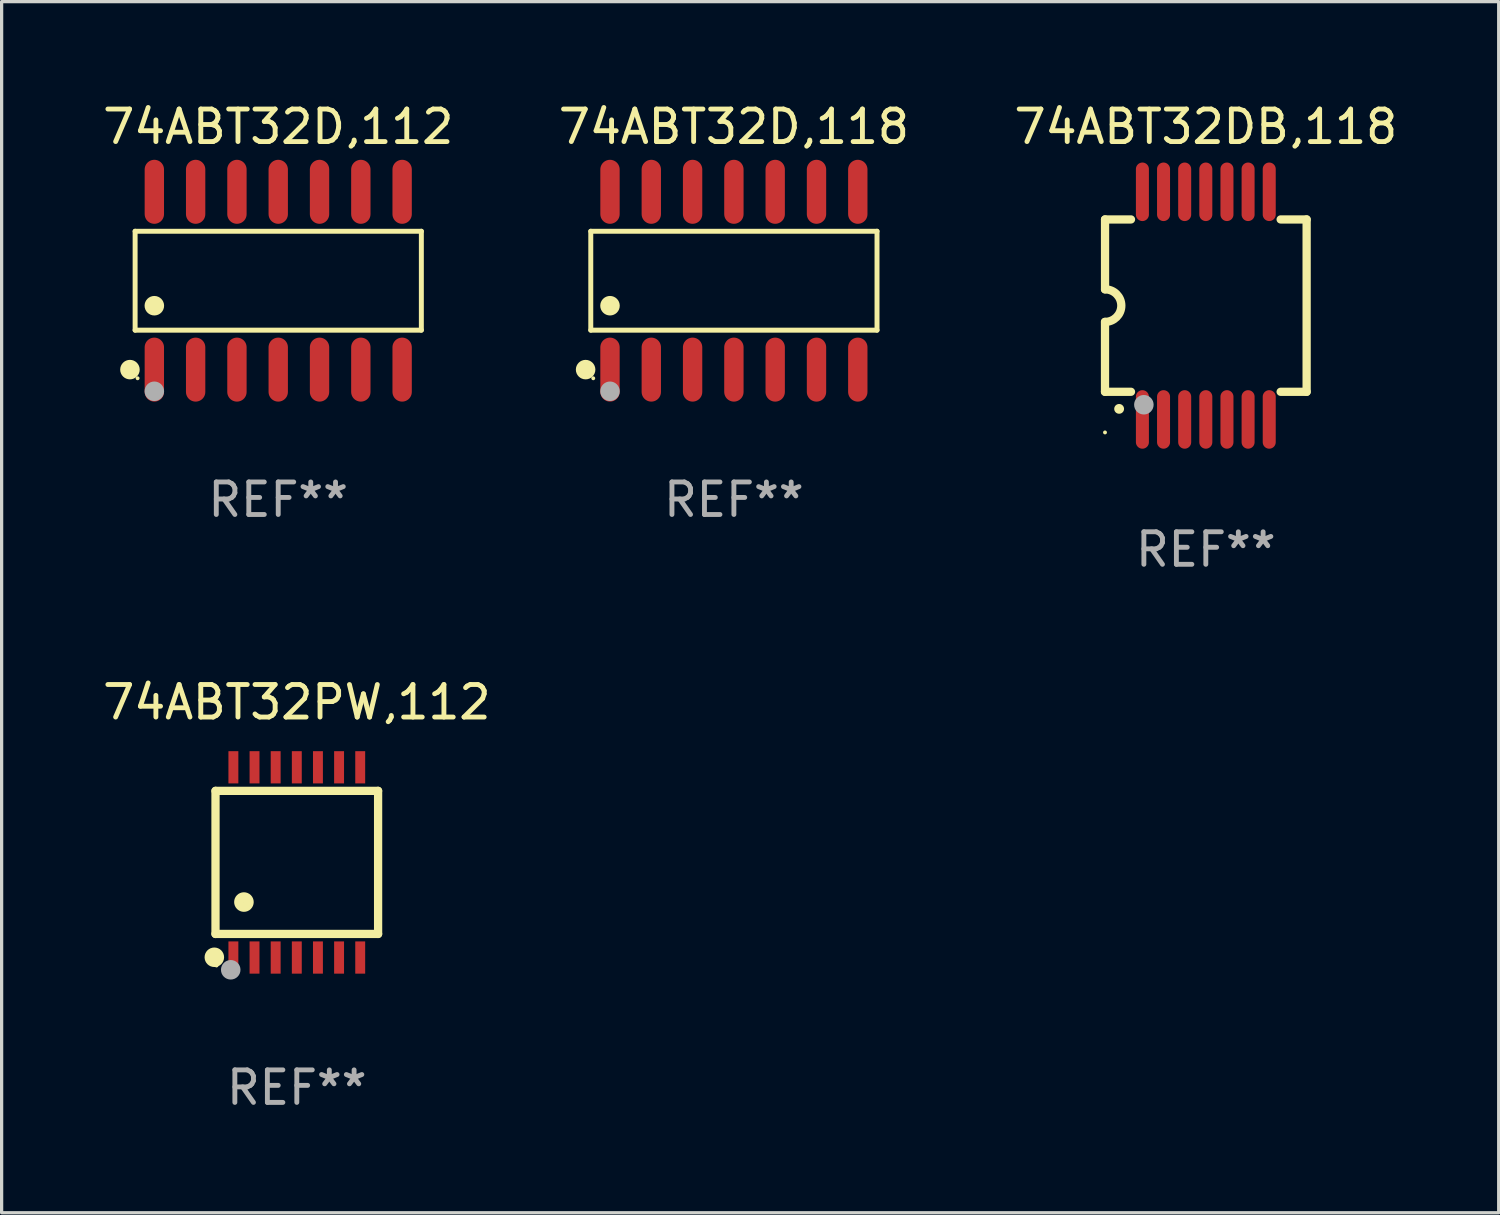
<source format=kicad_pcb>
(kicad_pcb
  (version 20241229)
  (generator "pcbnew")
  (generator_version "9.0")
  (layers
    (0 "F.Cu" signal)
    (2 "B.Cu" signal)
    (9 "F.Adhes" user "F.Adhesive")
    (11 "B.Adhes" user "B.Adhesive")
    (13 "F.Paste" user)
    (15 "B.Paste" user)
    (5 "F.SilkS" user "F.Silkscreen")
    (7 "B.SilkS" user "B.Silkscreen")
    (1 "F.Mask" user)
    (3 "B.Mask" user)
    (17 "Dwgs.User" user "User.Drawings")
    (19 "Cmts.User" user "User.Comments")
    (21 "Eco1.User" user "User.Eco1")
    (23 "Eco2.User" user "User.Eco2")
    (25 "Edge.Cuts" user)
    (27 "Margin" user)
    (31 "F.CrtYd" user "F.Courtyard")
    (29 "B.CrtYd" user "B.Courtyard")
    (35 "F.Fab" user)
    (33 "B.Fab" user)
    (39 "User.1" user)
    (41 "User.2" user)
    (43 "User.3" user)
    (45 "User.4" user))
  (footprint "74ABT32D,112"
    (layer "F.Cu")
    (at 5.506 5.582)
    (property "Reference" "74ABT32D,112" (at 0 -4.734 0) (layer "F.SilkS") (effects (font (size 1 1) (thickness 0.15))))
    (attr through_hole)
    (fp_line (start -4.401 -1.521) (end 4.401 -1.521) (stroke (width 0.152) (type solid)) (layer "F.SilkS"))
    (fp_line (start -4.401 1.521) (end -4.401 -1.521) (stroke (width 0.152) (type solid)) (layer "F.SilkS"))
    (fp_line (start 4.401 -1.521) (end 4.401 1.521) (stroke (width 0.152) (type solid)) (layer "F.SilkS"))
    (fp_line (start 4.401 1.521) (end -4.401 1.521) (stroke (width 0.152) (type solid)) (layer "F.SilkS"))
    (fp_circle (center -4.56 2.734) (end -4.41 2.734) (stroke (width 0.3) (type solid)) (fill no) (layer "F.SilkS"))
    (fp_circle (center -4.325 3) (end -4.295 3) (stroke (width 0.06) (type solid)) (fill no) (layer "F.SilkS"))
    (fp_circle (center -3.81 0.769) (end -3.66 0.769) (stroke (width 0.3) (type solid)) (fill no) (layer "F.SilkS"))
    (fp_circle (center -3.81 3.4) (end -3.66 3.4) (stroke (width 0.3) (type solid)) (fill no) (layer "F.Fab"))
    (fp_text user "REF**" (at 0 6.734 0) (layer "F.Fab") (effects (font (size 1 1) (thickness 0.15))))
    (pad "1" smd oval (at -3.81 2.734) (size 0.595 1.968) (layers "F.Cu" "F.Mask" "F.Paste"))
    (pad "2" smd oval (at -2.54 2.734) (size 0.595 1.968) (layers "F.Cu" "F.Mask" "F.Paste"))
    (pad "3" smd oval (at -1.27 2.734) (size 0.595 1.968) (layers "F.Cu" "F.Mask" "F.Paste"))
    (pad "4" smd oval (at 0 2.734) (size 0.595 1.968) (layers "F.Cu" "F.Mask" "F.Paste"))
    (pad "5" smd oval (at 1.27 2.734) (size 0.595 1.968) (layers "F.Cu" "F.Mask" "F.Paste"))
    (pad "6" smd oval (at 2.54 2.734) (size 0.595 1.968) (layers "F.Cu" "F.Mask" "F.Paste"))
    (pad "7" smd oval (at 3.81 2.734) (size 0.595 1.968) (layers "F.Cu" "F.Mask" "F.Paste"))
    (pad "8" smd oval (at 3.81 -2.734) (size 0.595 1.968) (layers "F.Cu" "F.Mask" "F.Paste"))
    (pad "9" smd oval (at 2.54 -2.734) (size 0.595 1.968) (layers "F.Cu" "F.Mask" "F.Paste"))
    (pad "10" smd oval (at 1.27 -2.734) (size 0.595 1.968) (layers "F.Cu" "F.Mask" "F.Paste"))
    (pad "11" smd oval (at 0 -2.734) (size 0.595 1.968) (layers "F.Cu" "F.Mask" "F.Paste"))
    (pad "12" smd oval (at -1.27 -2.734) (size 0.595 1.968) (layers "F.Cu" "F.Mask" "F.Paste"))
    (pad "13" smd oval (at -2.54 -2.734) (size 0.595 1.968) (layers "F.Cu" "F.Mask" "F.Paste"))
    (pad "14" smd oval (at -3.81 -2.734) (size 0.595 1.968) (layers "F.Cu" "F.Mask" "F.Paste")))
  (footprint "74ABT32DB,118"
    (layer "F.Cu")
    (at 34.03 6.348)
    (property "Reference" "74ABT32DB,118" (at 0 -5.5 0) (layer "F.SilkS") (effects (font (size 1 1) (thickness 0.15))))
    (attr through_hole)
    (fp_line (start -3.1 2.65) (end -3.1 0.5) (stroke (width 0.254) (type solid)) (layer "F.SilkS"))
    (fp_line (start -3.099 -2.65) (end -2.301 -2.65) (stroke (width 0.254) (type solid)) (layer "F.SilkS"))
    (fp_line (start -3.099 -0.5) (end -3.099 -2.65) (stroke (width 0.254) (type solid)) (layer "F.SilkS"))
    (fp_line (start -2.301 2.65) (end -3.1 2.65) (stroke (width 0.254) (type solid)) (layer "F.SilkS"))
    (fp_line (start 2.301 -2.65) (end 3.1 -2.65) (stroke (width 0.254) (type solid)) (layer "F.SilkS"))
    (fp_line (start 3.1 -2.65) (end 3.1 2.65) (stroke (width 0.254) (type solid)) (layer "F.SilkS"))
    (fp_line (start 3.1 2.65) (end 2.301 2.65) (stroke (width 0.254) (type solid)) (layer "F.SilkS"))
    (fp_arc (start -3.098806 -0.500381) (mid -2.598806 0) (end -3.098806 0.500381) (stroke (width 0.254001) (type solid)) (layer "F.SilkS"))
    (fp_arc (start -2.667005 3.175006) (mid -2.665735 3.175001) (end -2.664465 3.175006) (stroke (width 0.3) (type solid)) (layer "F.SilkS"))
    (fp_circle (center -3.1 3.9) (end -3.07 3.9) (stroke (width 0.06) (type solid)) (fill no) (layer "F.SilkS"))
    (fp_circle (center -1.905 3.048) (end -1.755 3.048) (stroke (width 0.3) (type solid)) (fill no) (layer "F.Fab"))
    (fp_text user "REF**" (at 0 7.5 0) (layer "F.Fab") (effects (font (size 1 1) (thickness 0.15))))
    (pad "1" smd oval (at -1.95 3.5 270) (size 1.8 0.4) (layers "F.Cu" "F.Mask" "F.Paste"))
    (pad "2" smd oval (at -1.3 3.5 270) (size 1.8 0.4) (layers "F.Cu" "F.Mask" "F.Paste"))
    (pad "3" smd oval (at -0.65 3.5 270) (size 1.8 0.4) (layers "F.Cu" "F.Mask" "F.Paste"))
    (pad "4" smd oval (at 0 3.5 270) (size 1.8 0.4) (layers "F.Cu" "F.Mask" "F.Paste"))
    (pad "5" smd oval (at 0.65 3.5 270) (size 1.8 0.4) (layers "F.Cu" "F.Mask" "F.Paste"))
    (pad "6" smd oval (at 1.3 3.5 270) (size 1.8 0.4) (layers "F.Cu" "F.Mask" "F.Paste"))
    (pad "7" smd oval (at 1.95 3.5 270) (size 1.8 0.4) (layers "F.Cu" "F.Mask" "F.Paste"))
    (pad "8" smd oval (at 1.95 -3.5 90) (size 1.8 0.4) (layers "F.Cu" "F.Mask" "F.Paste"))
    (pad "9" smd oval (at 1.3 -3.5 90) (size 1.8 0.4) (layers "F.Cu" "F.Mask" "F.Paste"))
    (pad "10" smd oval (at 0.65 -3.5 90) (size 1.8 0.4) (layers "F.Cu" "F.Mask" "F.Paste"))
    (pad "11" smd oval (at 0 -3.5 90) (size 1.8 0.4) (layers "F.Cu" "F.Mask" "F.Paste"))
    (pad "12" smd oval (at -0.65 -3.5 90) (size 1.8 0.4) (layers "F.Cu" "F.Mask" "F.Paste"))
    (pad "13" smd oval (at -1.3 -3.5 90) (size 1.8 0.4) (layers "F.Cu" "F.Mask" "F.Paste"))
    (pad "14" smd oval (at -1.95 -3.5 90) (size 1.8 0.4) (layers "F.Cu" "F.Mask" "F.Paste")))
  (footprint "74ABT32PW,112"
    (layer "F.Cu")
    (at 6.077 23.47)
    (property "Reference" "74ABT32PW,112" (at 0 -4.925 0) (layer "F.SilkS") (effects (font (size 1 1) (thickness 0.15))))
    (attr through_hole)
    (fp_line (start -2.5 2.2) (end -2.5 -2.2) (stroke (width 0.254) (type solid)) (layer "F.SilkS"))
    (fp_line (start -2.5 2.2) (end 2.5 2.2) (stroke (width 0.254) (type solid)) (layer "F.SilkS"))
    (fp_line (start 2.5 -2.2) (end -2.5 -2.2) (stroke (width 0.254) (type solid)) (layer "F.SilkS"))
    (fp_line (start 2.5 -2.2) (end 2.5 2.2) (stroke (width 0.254) (type solid)) (layer "F.SilkS"))
    (fp_circle (center -2.536 2.917) (end -2.386 2.917) (stroke (width 0.3) (type solid)) (fill no) (layer "F.SilkS"))
    (fp_circle (center -2.47 3.17) (end -2.44 3.17) (stroke (width 0.06) (type solid)) (fill no) (layer "F.SilkS"))
    (fp_circle (center -1.626 1.219) (end -1.475 1.219) (stroke (width 0.3) (type solid)) (fill no) (layer "F.SilkS"))
    (fp_circle (center -2.032 3.302) (end -1.882 3.302) (stroke (width 0.3) (type solid)) (fill no) (layer "F.Fab"))
    (fp_text user "REF**" (at 0 6.925 0) (layer "F.Fab") (effects (font (size 1 1) (thickness 0.15))))
    (pad "1" smd rect (at -1.95 2.925) (size 0.305 0.991) (layers "F.Cu" "F.Mask" "F.Paste"))
    (pad "2" smd rect (at -1.3 2.925) (size 0.305 0.991) (layers "F.Cu" "F.Mask" "F.Paste"))
    (pad "3" smd rect (at -0.65 2.925) (size 0.305 0.991) (layers "F.Cu" "F.Mask" "F.Paste"))
    (pad "4" smd rect (at 0 2.925) (size 0.305 0.991) (layers "F.Cu" "F.Mask" "F.Paste"))
    (pad "5" smd rect (at 0.65 2.925) (size 0.305 0.991) (layers "F.Cu" "F.Mask" "F.Paste"))
    (pad "6" smd rect (at 1.3 2.925) (size 0.305 0.991) (layers "F.Cu" "F.Mask" "F.Paste"))
    (pad "7" smd rect (at 1.95 2.925) (size 0.305 0.991) (layers "F.Cu" "F.Mask" "F.Paste"))
    (pad "8" smd rect (at 1.95 -2.925) (size 0.305 0.991) (layers "F.Cu" "F.Mask" "F.Paste"))
    (pad "9" smd rect (at 1.3 -2.925) (size 0.305 0.991) (layers "F.Cu" "F.Mask" "F.Paste"))
    (pad "10" smd rect (at 0.65 -2.925) (size 0.305 0.991) (layers "F.Cu" "F.Mask" "F.Paste"))
    (pad "11" smd rect (at 0 -2.925) (size 0.305 0.991) (layers "F.Cu" "F.Mask" "F.Paste"))
    (pad "12" smd rect (at -0.65 -2.925) (size 0.305 0.991) (layers "F.Cu" "F.Mask" "F.Paste"))
    (pad "13" smd rect (at -1.3 -2.925) (size 0.305 0.991) (layers "F.Cu" "F.Mask" "F.Paste"))
    (pad "14" smd rect (at -1.95 -2.925) (size 0.305 0.991) (layers "F.Cu" "F.Mask" "F.Paste")))
  (footprint "74ABT32D,118"
    (layer "F.Cu")
    (at 19.518 5.582)
    (property "Reference" "74ABT32D,118" (at 0 -4.734 0) (layer "F.SilkS") (effects (font (size 1 1) (thickness 0.15))))
    (attr through_hole)
    (fp_line (start -4.401 -1.521) (end 4.401 -1.521) (stroke (width 0.152) (type solid)) (layer "F.SilkS"))
    (fp_line (start -4.401 1.521) (end -4.401 -1.521) (stroke (width 0.152) (type solid)) (layer "F.SilkS"))
    (fp_line (start 4.401 -1.521) (end 4.401 1.521) (stroke (width 0.152) (type solid)) (layer "F.SilkS"))
    (fp_line (start 4.401 1.521) (end -4.401 1.521) (stroke (width 0.152) (type solid)) (layer "F.SilkS"))
    (fp_circle (center -4.56 2.734) (end -4.41 2.734) (stroke (width 0.3) (type solid)) (fill no) (layer "F.SilkS"))
    (fp_circle (center -4.325 3) (end -4.295 3) (stroke (width 0.06) (type solid)) (fill no) (layer "F.SilkS"))
    (fp_circle (center -3.81 0.769) (end -3.66 0.769) (stroke (width 0.3) (type solid)) (fill no) (layer "F.SilkS"))
    (fp_circle (center -3.81 3.4) (end -3.66 3.4) (stroke (width 0.3) (type solid)) (fill no) (layer "F.Fab"))
    (fp_text user "REF**" (at 0 6.734 0) (layer "F.Fab") (effects (font (size 1 1) (thickness 0.15))))
    (pad "1" smd oval (at -3.81 2.734) (size 0.595 1.968) (layers "F.Cu" "F.Mask" "F.Paste"))
    (pad "2" smd oval (at -2.54 2.734) (size 0.595 1.968) (layers "F.Cu" "F.Mask" "F.Paste"))
    (pad "3" smd oval (at -1.27 2.734) (size 0.595 1.968) (layers "F.Cu" "F.Mask" "F.Paste"))
    (pad "4" smd oval (at 0 2.734) (size 0.595 1.968) (layers "F.Cu" "F.Mask" "F.Paste"))
    (pad "5" smd oval (at 1.27 2.734) (size 0.595 1.968) (layers "F.Cu" "F.Mask" "F.Paste"))
    (pad "6" smd oval (at 2.54 2.734) (size 0.595 1.968) (layers "F.Cu" "F.Mask" "F.Paste"))
    (pad "7" smd oval (at 3.81 2.734) (size 0.595 1.968) (layers "F.Cu" "F.Mask" "F.Paste"))
    (pad "8" smd oval (at 3.81 -2.734) (size 0.595 1.968) (layers "F.Cu" "F.Mask" "F.Paste"))
    (pad "9" smd oval (at 2.54 -2.734) (size 0.595 1.968) (layers "F.Cu" "F.Mask" "F.Paste"))
    (pad "10" smd oval (at 1.27 -2.734) (size 0.595 1.968) (layers "F.Cu" "F.Mask" "F.Paste"))
    (pad "11" smd oval (at 0 -2.734) (size 0.595 1.968) (layers "F.Cu" "F.Mask" "F.Paste"))
    (pad "12" smd oval (at -1.27 -2.734) (size 0.595 1.968) (layers "F.Cu" "F.Mask" "F.Paste"))
    (pad "13" smd oval (at -2.54 -2.734) (size 0.595 1.968) (layers "F.Cu" "F.Mask" "F.Paste"))
    (pad "14" smd oval (at -3.81 -2.734) (size 0.595 1.968) (layers "F.Cu" "F.Mask" "F.Paste")))
  (gr_rect
    (start -3 -3)
    (end 43.036 34.243)
    (stroke (width 0.1) (type default))
    (fill no)
    (layer "Edge.Cuts")))
</source>
